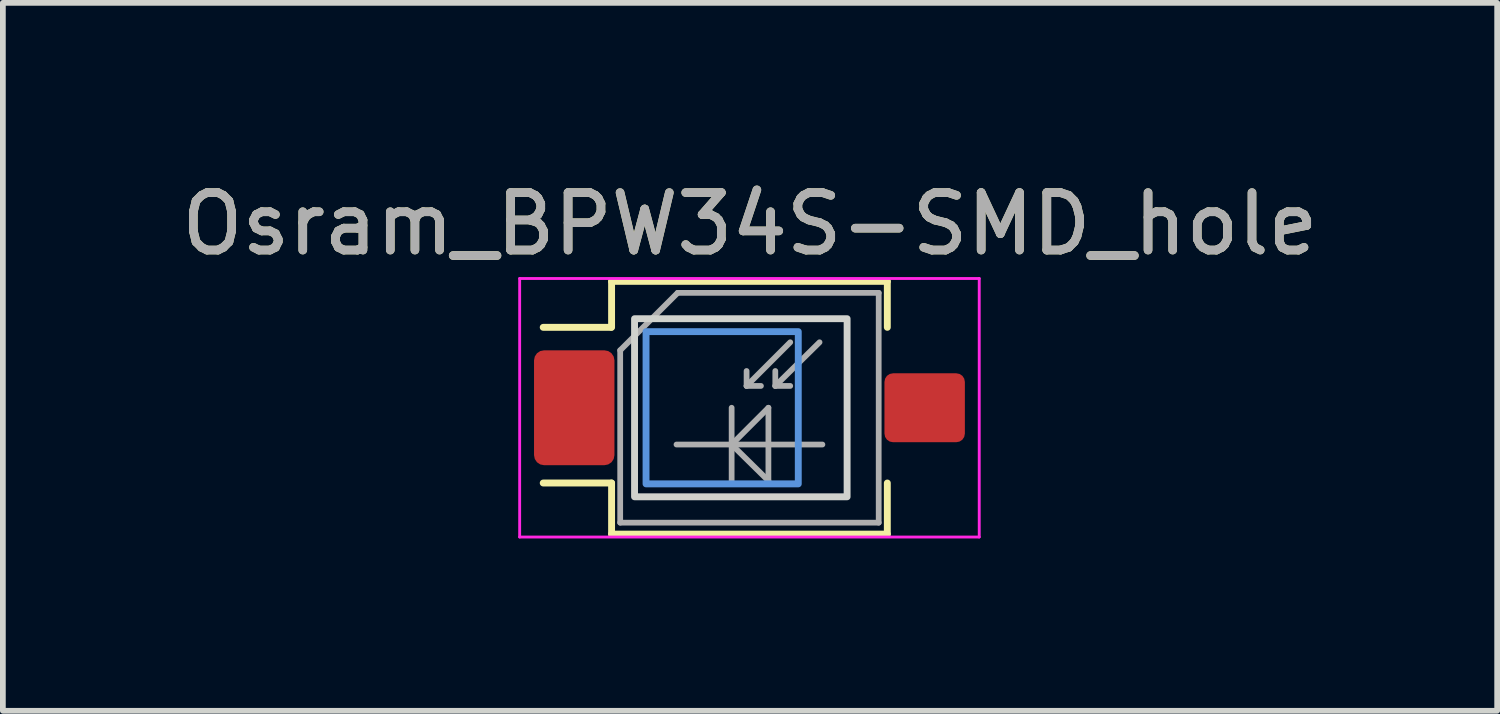
<source format=kicad_pcb>
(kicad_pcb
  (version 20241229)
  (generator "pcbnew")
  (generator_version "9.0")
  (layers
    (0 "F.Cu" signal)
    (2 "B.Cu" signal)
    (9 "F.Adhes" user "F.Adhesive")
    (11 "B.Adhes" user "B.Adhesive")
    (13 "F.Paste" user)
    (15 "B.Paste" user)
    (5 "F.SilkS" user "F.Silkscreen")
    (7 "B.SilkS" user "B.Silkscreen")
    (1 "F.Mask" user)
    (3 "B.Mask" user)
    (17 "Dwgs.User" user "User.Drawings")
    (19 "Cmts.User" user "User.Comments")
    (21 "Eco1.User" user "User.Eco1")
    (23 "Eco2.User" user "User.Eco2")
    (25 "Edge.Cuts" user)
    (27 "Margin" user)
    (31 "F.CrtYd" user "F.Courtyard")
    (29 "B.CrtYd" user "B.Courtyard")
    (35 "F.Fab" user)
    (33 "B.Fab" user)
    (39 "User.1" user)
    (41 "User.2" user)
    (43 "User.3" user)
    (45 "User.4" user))
  (footprint "Osram_BPW34S-SMD_hole"
    (layer "F.Cu")
    (at 9.996 4.048)
    (property "Reference" "Osram_BPW34S-SMD_hole" (at 0.01 -3.2 0) (layer "F.SilkS") (effects (font (size 1 1) (thickness 0.15))))
    (attr smd)
    (fp_line (start -3.59 1.31) (end -2.4 1.31) (stroke (width 0.12) (type solid)) (layer "F.SilkS"))
    (fp_line (start -2.41 -1.4) (end -3.59 -1.4) (stroke (width 0.12) (type solid)) (layer "F.SilkS"))
    (fp_line (start -2.4 -2.2) (end -2.4 -1.4) (stroke (width 0.12) (type solid)) (layer "F.SilkS"))
    (fp_line (start -2.4 1.31) (end -2.4 2.2) (stroke (width 0.12) (type solid)) (layer "F.SilkS"))
    (fp_line (start -2.4 2.2) (end 2.4 2.2) (stroke (width 0.12) (type solid)) (layer "F.SilkS"))
    (fp_line (start 2.4 -2.2) (end -2.4 -2.2) (stroke (width 0.12) (type solid)) (layer "F.SilkS"))
    (fp_line (start 2.4 -1.4) (end 2.4 -2.2) (stroke (width 0.12) (type solid)) (layer "F.SilkS"))
    (fp_line (start 2.4 2.2) (end 2.4 1.31) (stroke (width 0.12) (type solid)) (layer "F.SilkS"))
    (fp_rect (start -1.8 -1.325) (end 0.85 1.325) (stroke (width 0.12) (type solid)) (fill no) (layer "Cmts.User"))
    (fp_rect (start -2 -1.55) (end 1.7 1.55) (stroke (width 0.12) (type solid)) (fill no) (layer "Edge.Cuts"))
    (fp_line (start -4 -2.25) (end -4 2.25) (stroke (width 0.05) (type solid)) (layer "F.CrtYd"))
    (fp_line (start -4 -2.25) (end 4 -2.25) (stroke (width 0.05) (type solid)) (layer "F.CrtYd"))
    (fp_line (start 4 2.25) (end -4 2.25) (stroke (width 0.05) (type solid)) (layer "F.CrtYd"))
    (fp_line (start 4 2.25) (end 4 -2.25) (stroke (width 0.05) (type solid)) (layer "F.CrtYd"))
    (fp_line (start -2.25 -1) (end -2.25 2) (stroke (width 0.1) (type solid)) (layer "F.Fab"))
    (fp_line (start -2.25 -1) (end -1.25 -2) (stroke (width 0.1) (type solid)) (layer "F.Fab"))
    (fp_line (start -1.27 0.64) (end 1.27 0.64) (stroke (width 0.1) (type solid)) (layer "F.Fab"))
    (fp_line (start -1.25 -2) (end 2.25 -2) (stroke (width 0.1) (type solid)) (layer "F.Fab"))
    (fp_line (start -0.31 0) (end -0.31 1.27) (stroke (width 0.1) (type solid)) (layer "F.Fab"))
    (fp_line (start -0.31 0.64) (end 0.33 0) (stroke (width 0.1) (type solid)) (layer "F.Fab"))
    (fp_line (start -0.05 -0.38) (end -0.05 -0.64) (stroke (width 0.1) (type solid)) (layer "F.Fab"))
    (fp_line (start -0.05 -0.38) (end 0.2 -0.38) (stroke (width 0.1) (type solid)) (layer "F.Fab"))
    (fp_line (start 0.33 0) (end 0.33 1.27) (stroke (width 0.1) (type solid)) (layer "F.Fab"))
    (fp_line (start 0.33 1.27) (end -0.31 0.64) (stroke (width 0.1) (type solid)) (layer "F.Fab"))
    (fp_line (start 0.45 -0.38) (end 0.45 -0.64) (stroke (width 0.1) (type solid)) (layer "F.Fab"))
    (fp_line (start 0.45 -0.38) (end 0.71 -0.38) (stroke (width 0.1) (type solid)) (layer "F.Fab"))
    (fp_line (start 0.71 -1.14) (end -0.05 -0.38) (stroke (width 0.1) (type solid)) (layer "F.Fab"))
    (fp_line (start 1.22 -1.14) (end 0.45 -0.38) (stroke (width 0.1) (type solid)) (layer "F.Fab"))
    (fp_line (start 2.25 -2) (end 2.25 2) (stroke (width 0.1) (type solid)) (layer "F.Fab"))
    (fp_line (start 2.25 2) (end -2.25 2) (stroke (width 0.1) (type solid)) (layer "F.Fab"))
    (fp_text user "${REFERENCE}" (at 0.01 -3.2 0) (layer "F.Fab") (effects (font (size 1 1) (thickness 0.15))))
    (pad "" smd roundrect (at -3.05 0 180) (size 1.3 1.9) (layers "F.Paste") (roundrect_rratio 0.125))
    (pad "" smd roundrect (at -3.05 0 180) (size 1.5 2.1) (layers "F.Mask") (roundrect_rratio 0.125))
    (pad "" smd roundrect (at 3.05 0 180) (size 1.3 1.1) (layers "F.Paste") (roundrect_rratio 0.125))
    (pad "" smd roundrect (at 3.05 0 180) (size 1.5 1.3) (layers "F.Mask") (roundrect_rratio 0.125))
    (pad "1" smd roundrect (at -3.05 0 180) (size 1.4 2) (layers "F.Cu" "F.Mask") (roundrect_rratio 0.125))
    (pad "2" smd roundrect (at 3.05 0 180) (size 1.4 1.2) (layers "F.Cu" "F.Mask") (roundrect_rratio 0.125)))
  (gr_rect
    (start -3 -3)
    (end 23.012 9.323)
    (stroke (width 0.1) (type default))
    (fill no)
    (layer "Edge.Cuts")))
</source>
